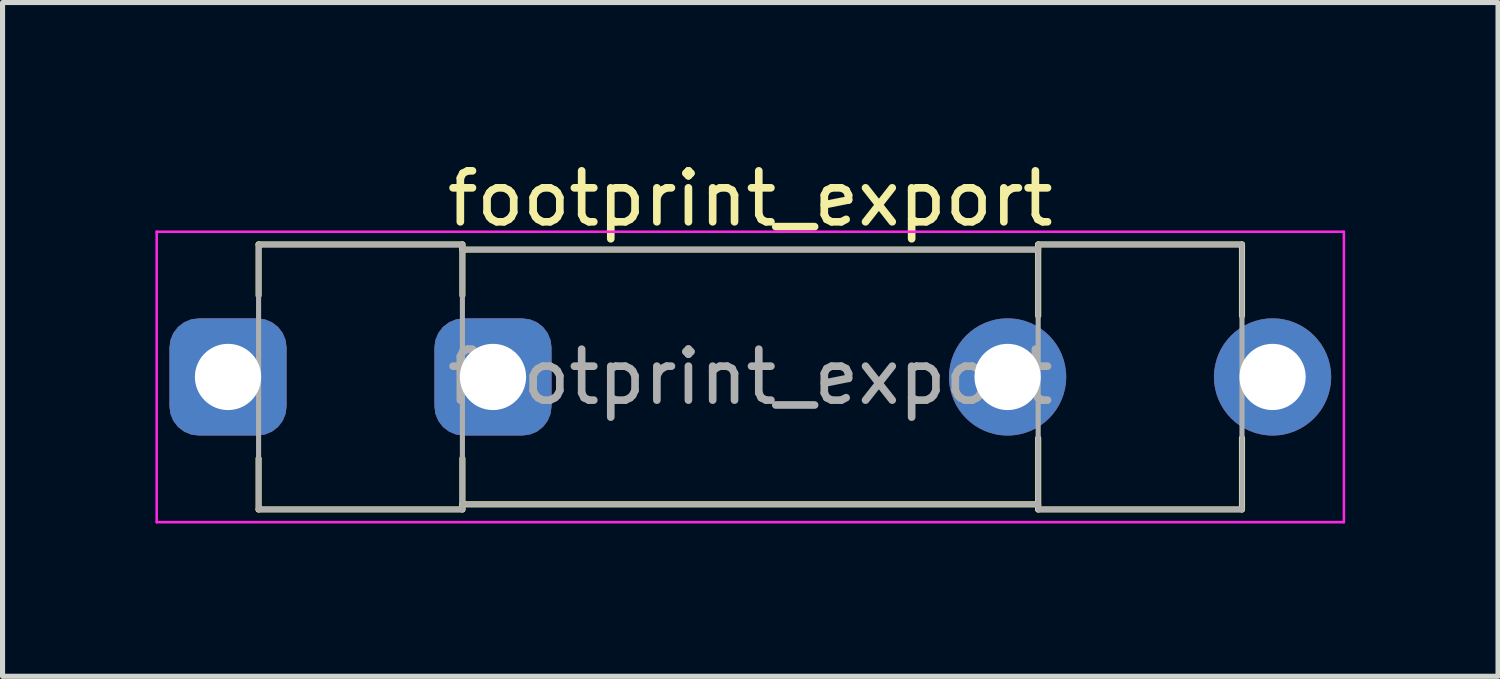
<source format=kicad_pcb>
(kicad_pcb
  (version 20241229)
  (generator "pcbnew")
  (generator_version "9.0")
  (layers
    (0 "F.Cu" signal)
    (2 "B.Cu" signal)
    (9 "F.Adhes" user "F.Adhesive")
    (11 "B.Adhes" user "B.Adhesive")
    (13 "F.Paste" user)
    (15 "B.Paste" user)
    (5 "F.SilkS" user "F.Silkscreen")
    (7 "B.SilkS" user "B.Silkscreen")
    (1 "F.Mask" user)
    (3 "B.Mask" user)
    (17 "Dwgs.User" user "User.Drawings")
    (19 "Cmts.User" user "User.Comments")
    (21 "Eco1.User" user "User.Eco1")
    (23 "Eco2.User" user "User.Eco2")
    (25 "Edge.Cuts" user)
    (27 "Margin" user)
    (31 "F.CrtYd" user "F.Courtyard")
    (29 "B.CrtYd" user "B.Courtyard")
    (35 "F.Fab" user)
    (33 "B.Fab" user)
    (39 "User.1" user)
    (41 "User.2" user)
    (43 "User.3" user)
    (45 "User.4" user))
  (footprint "footprint_export"
    (layer "F.Cu")
    (at 1.425 4.348)
    (property "Reference" "footprint_export" (at 10.25 -3.5 0) (layer "F.SilkS") (effects (font (size 1 1) (thickness 0.15))))
    (attr through_hole)
    (fp_line (start 0.6 -2.6) (end 0.6 -1.6) (stroke (width 0.12) (type solid)) (layer "F.SilkS"))
    (fp_line (start 0.6 2.6) (end 0.6 1.6) (stroke (width 0.12) (type solid)) (layer "F.SilkS"))
    (fp_line (start 4.6 -2.6) (end 0.6 -2.6) (stroke (width 0.12) (type solid)) (layer "F.SilkS"))
    (fp_line (start 4.6 -2.6) (end 4.6 -1.6) (stroke (width 0.12) (type solid)) (layer "F.SilkS"))
    (fp_line (start 4.6 2.6) (end 0.6 2.6) (stroke (width 0.12) (type solid)) (layer "F.SilkS"))
    (fp_line (start 4.6 2.6) (end 4.6 1.6) (stroke (width 0.12) (type solid)) (layer "F.SilkS"))
    (fp_line (start 15.9 -2.6) (end 15.9 -1.2) (stroke (width 0.12) (type solid)) (layer "F.SilkS"))
    (fp_line (start 15.9 -2.5) (end 4.6 -2.5) (stroke (width 0.12) (type solid)) (layer "F.SilkS"))
    (fp_line (start 15.9 2.5) (end 4.6 2.5) (stroke (width 0.12) (type solid)) (layer "F.SilkS"))
    (fp_line (start 15.9 2.6) (end 15.9 1.2) (stroke (width 0.12) (type solid)) (layer "F.SilkS"))
    (fp_line (start 15.9 2.6) (end 19.9 2.6) (stroke (width 0.12) (type solid)) (layer "F.SilkS"))
    (fp_line (start 19.9 -2.6) (end 15.9 -2.6) (stroke (width 0.12) (type solid)) (layer "F.SilkS"))
    (fp_line (start 19.9 -1.2) (end 19.9 -2.6) (stroke (width 0.12) (type solid)) (layer "F.SilkS"))
    (fp_line (start 19.9 1.2) (end 19.9 2.6) (stroke (width 0.12) (type solid)) (layer "F.SilkS"))
    (fp_line (start -1.4 -2.85) (end -1.4 2.85) (stroke (width 0.05) (type solid)) (layer "F.CrtYd"))
    (fp_line (start -1.4 -2.85) (end 21.9 -2.85) (stroke (width 0.05) (type solid)) (layer "F.CrtYd"))
    (fp_line (start 21.9 2.85) (end -1.4 2.85) (stroke (width 0.05) (type solid)) (layer "F.CrtYd"))
    (fp_line (start 21.9 2.85) (end 21.9 -2.85) (stroke (width 0.05) (type solid)) (layer "F.CrtYd"))
    (fp_line (start 0.6 -2.6) (end 4.6 -2.6) (stroke (width 0.1) (type solid)) (layer "F.Fab"))
    (fp_line (start 0.6 2.6) (end 0.6 -2.6) (stroke (width 0.1) (type solid)) (layer "F.Fab"))
    (fp_line (start 4.6 -2.6) (end 4.6 2.6) (stroke (width 0.1) (type solid)) (layer "F.Fab"))
    (fp_line (start 4.6 -2.5) (end 15.9 -2.5) (stroke (width 0.1) (type solid)) (layer "F.Fab"))
    (fp_line (start 4.6 2.6) (end 0.6 2.6) (stroke (width 0.1) (type solid)) (layer "F.Fab"))
    (fp_line (start 15.9 -2.6) (end 15.9 2.6) (stroke (width 0.1) (type solid)) (layer "F.Fab"))
    (fp_line (start 15.9 2.5) (end 4.6 2.5) (stroke (width 0.1) (type solid)) (layer "F.Fab"))
    (fp_line (start 15.9 2.6) (end 19.9 2.6) (stroke (width 0.1) (type solid)) (layer "F.Fab"))
    (fp_line (start 19.9 -2.6) (end 15.9 -2.6) (stroke (width 0.1) (type solid)) (layer "F.Fab"))
    (fp_line (start 19.9 2.6) (end 19.9 -2.6) (stroke (width 0.1) (type solid)) (layer "F.Fab"))
    (fp_text user "${REFERENCE}" (at 10.25 0 0) (layer "F.Fab") (effects (font (size 1 1) (thickness 0.15))))
    (pad "1" thru_hole roundrect (at 0 0) (size 2.3 2.3) (drill 1.3) (layers "*.Cu" "*.Mask") (roundrect_rratio 0.25))
    (pad "1" thru_hole roundrect (at 5.2 0) (size 2.3 2.3) (drill 1.3) (layers "*.Cu" "*.Mask") (roundrect_rratio 0.25))
    (pad "2" thru_hole circle (at 15.3 0) (size 2.3 2.3) (drill 1.3) (layers "*.Cu" "*.Mask"))
    (pad "2" thru_hole circle (at 20.5 0) (size 2.3 2.3) (drill 1.3) (layers "*.Cu" "*.Mask")))
  (gr_rect
    (start -3 -3)
    (end 26.35 10.223)
    (stroke (width 0.1) (type default))
    (fill no)
    (layer "Edge.Cuts")))
</source>
